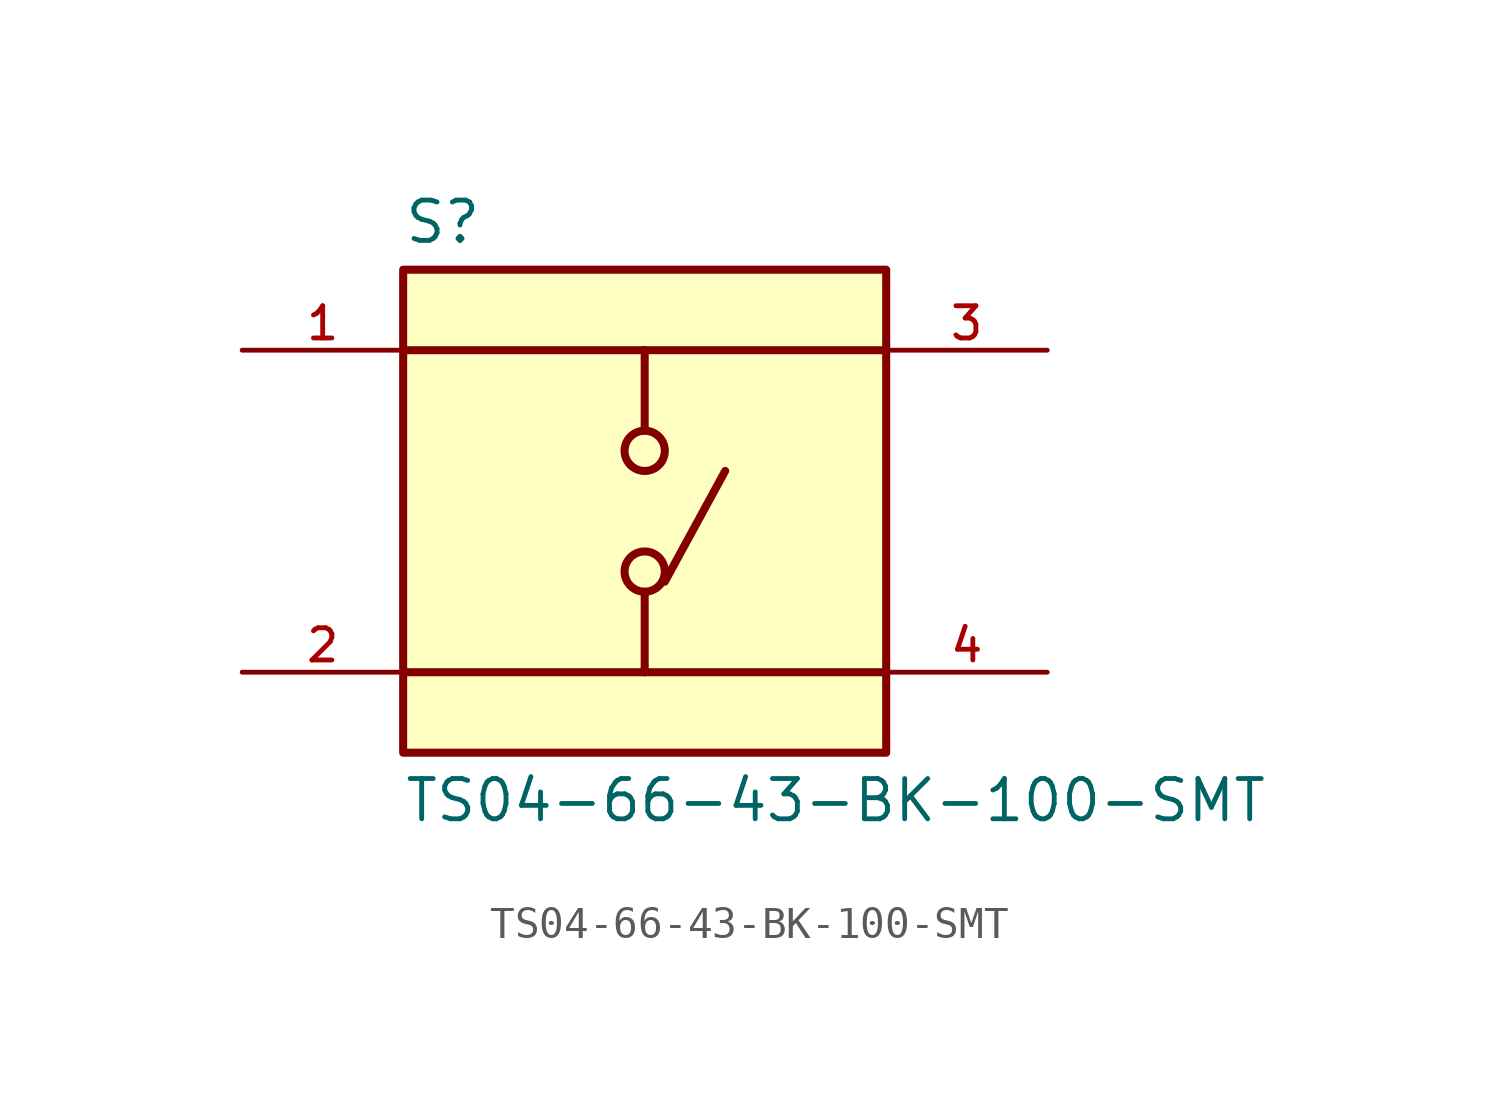
<source format=kicad_sym>
(kicad_symbol_lib
  (version 20211014)
  (generator kicad_symbol_editor)
  (symbol "TS04-66-43-BK-100-SMT"
    (pin_names
      (offset 1.016))
    (property "Reference" "S"
      (at -7.62 8.382 0)
      (effects (font (size 1.27 1.27)) (justify bottom left)))
    (property "Value" "TS04-66-43-BK-100-SMT"
      (at -7.62 -8.382 0)
      (effects (font (size 1.27 1.27)) (justify top left)))
    (symbol "TS04-66-43-BK-100-SMT_0_0"
      (polyline (pts (xy 0.0 5.08) (xy 0.0 2.54)) (stroke (width 0.254)))
      (polyline (pts (xy 0.0 -2.54) (xy 0.0 -5.08)) (stroke (width 0.254)))
      (polyline (pts (xy 0.0 5.08) (xy -7.62 5.08)) (stroke (width 0.254)))
      (polyline (pts (xy 0.0 5.08) (xy 7.62 5.08)) (stroke (width 0.254)))
      (polyline (pts (xy 0.0 -5.08) (xy -7.62 -5.08)) (stroke (width 0.254)))
      (polyline (pts (xy 0.0 -5.08) (xy 7.62 -5.08)) (stroke (width 0.254)))
      (circle (center 0.0 -1.905) (radius 0.635) (stroke (width 0.254)) (fill (type none)))
      (circle (center 0.0 1.905) (radius 0.635) (stroke (width 0.254)) (fill (type none)))
      (polyline (pts (xy 0.635 -2.223) (xy 2.54 1.27)) (stroke (width 0.254)))
      (rectangle (start -7.62 -7.62) (end 7.62 7.62) (stroke (width 0.254)) (fill (type background)))
      (pin passive line (at -12.7 5.08 0) (length 5.08) (name "~" (effects (font (size 1.016 1.016)))) (number "1" (effects (font (size 1.016 1.016)))))
      (pin passive line (at -12.7 -5.08 0) (length 5.08) (name "~" (effects (font (size 1.016 1.016)))) (number "2" (effects (font (size 1.016 1.016)))))
      (pin passive line (at 12.7 5.08 180.0) (length 5.08) (name "~" (effects (font (size 1.016 1.016)))) (number "3" (effects (font (size 1.016 1.016)))))
      (pin passive line (at 12.7 -5.08 180.0) (length 5.08) (name "~" (effects (font (size 1.016 1.016)))) (number "4" (effects (font (size 1.016 1.016))))))))
</source>
